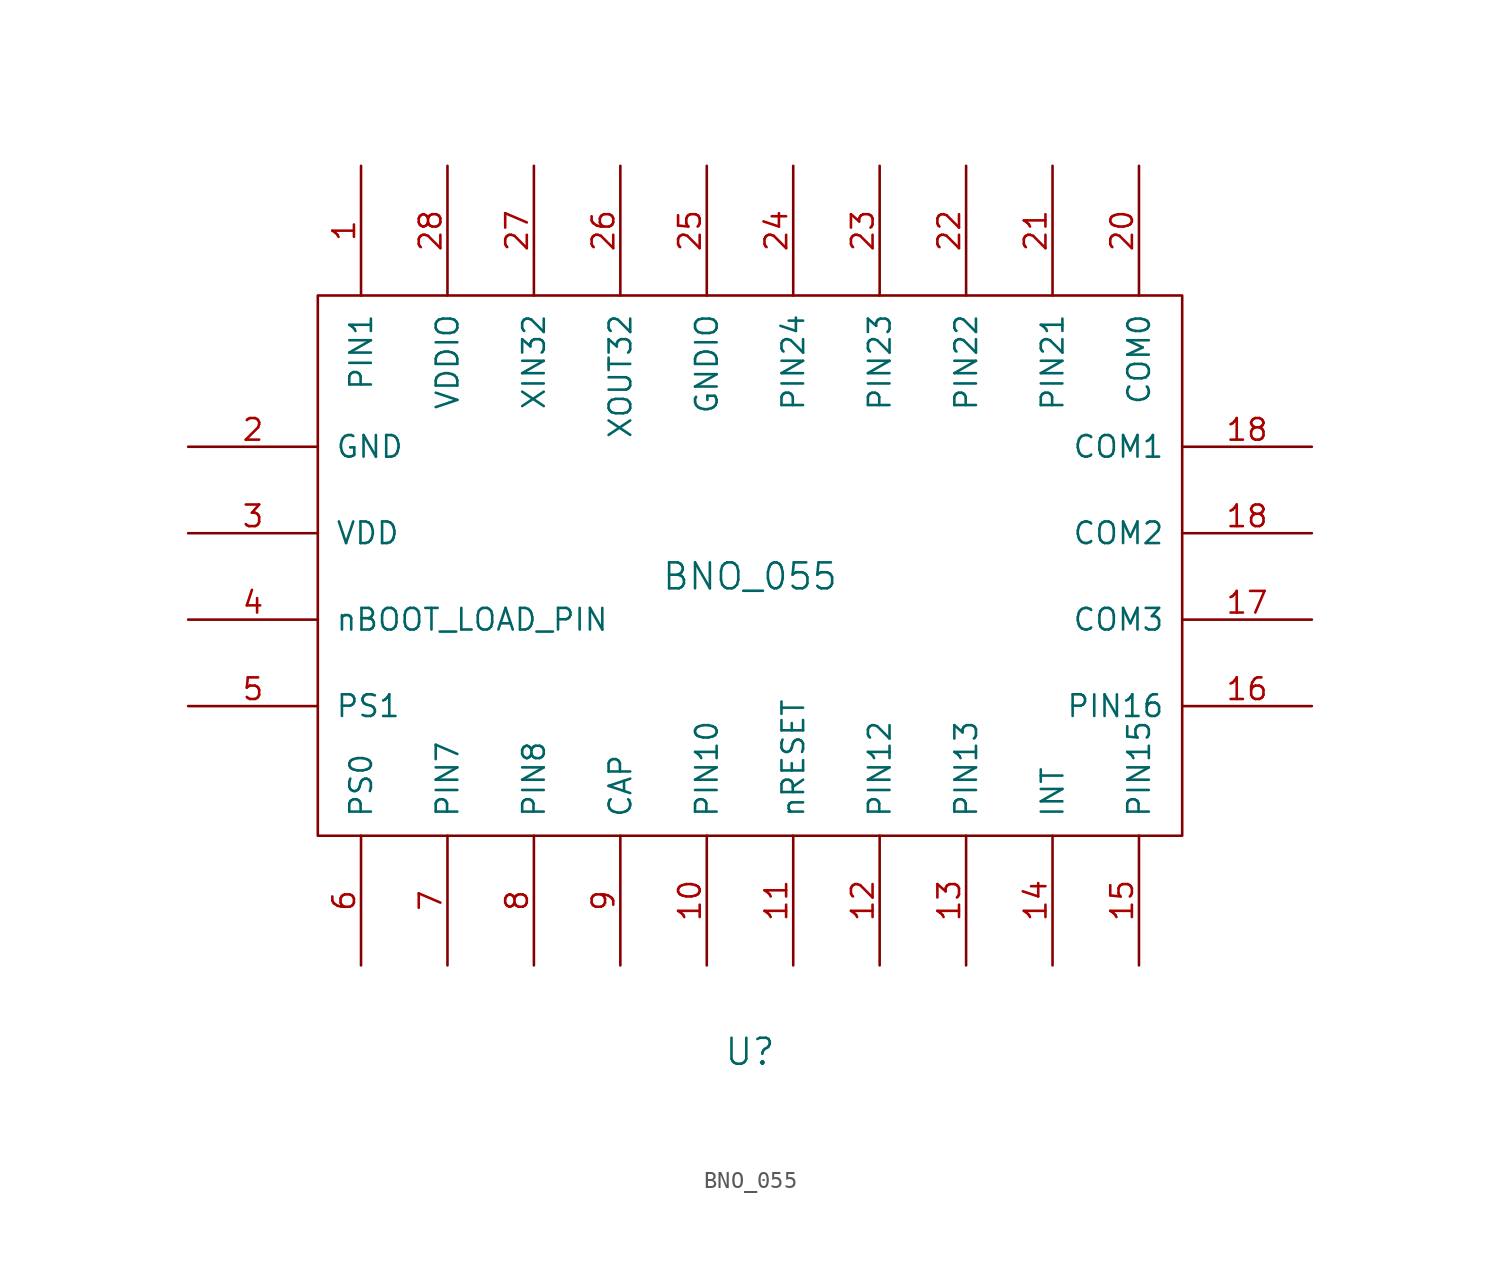
<source format=kicad_sym>
(kicad_symbol_lib
  (version 20211014)
  (generator kicad_symbol_editor)
  (symbol "BNO_055"
    (pin_names
      (offset 1.016))
    (property "Reference" "U"
      (at 0 -27.94 0)
      (effects (font (size 1.524 1.524))))
    (property "Value" "BNO_055"
      (at 0 0 0)
      (effects (font (size 1.524 1.524))))
    (property "Footprint" ""
      (at 0 0 0)
      (effects (font (size 1.524 1.524))))
    (property "Datasheet" ""
      (at 0 0 0)
      (effects (font (size 1.524 1.524))))
    (symbol "BNO_055_0_1"
      (rectangle (start -25.4 16.51) (end 25.4 -15.24) (stroke (width 0) (type default) (color 0 0 0 0)) (fill (type none))))
    (symbol "BNO_055_1_1"
      (pin input line (at -22.86 24.13 270) (length 7.62) (name "PIN1" (effects (font (size 1.27 1.27)))) (number "1" (effects (font (size 1.27 1.27)))))
      (pin input line (at -2.54 -22.86 90) (length 7.62) (name "PIN10" (effects (font (size 1.27 1.27)))) (number "10" (effects (font (size 1.27 1.27)))))
      (pin input line (at 2.54 -22.86 90) (length 7.62) (name "nRESET" (effects (font (size 1.27 1.27)))) (number "11" (effects (font (size 1.27 1.27)))))
      (pin input line (at 7.62 -22.86 90) (length 7.62) (name "PIN12" (effects (font (size 1.27 1.27)))) (number "12" (effects (font (size 1.27 1.27)))))
      (pin input line (at 12.7 -22.86 90) (length 7.62) (name "PIN13" (effects (font (size 1.27 1.27)))) (number "13" (effects (font (size 1.27 1.27)))))
      (pin output line (at 17.78 -22.86 90) (length 7.62) (name "INT" (effects (font (size 1.27 1.27)))) (number "14" (effects (font (size 1.27 1.27)))))
      (pin input line (at 22.86 -22.86 90) (length 7.62) (name "PIN15" (effects (font (size 1.27 1.27)))) (number "15" (effects (font (size 1.27 1.27)))))
      (pin input line (at 33.02 -7.62 180) (length 7.62) (name "PIN16" (effects (font (size 1.27 1.27)))) (number "16" (effects (font (size 1.27 1.27)))))
      (pin output line (at 33.02 -2.54 180) (length 7.62) (name "COM3" (effects (font (size 1.27 1.27)))) (number "17" (effects (font (size 1.27 1.27)))))
      (pin output line (at 33.02 7.62 180) (length 7.62) (name "COM1" (effects (font (size 1.27 1.27)))) (number "18" (effects (font (size 1.27 1.27)))))
      (pin input line (at 33.02 2.54 180) (length 7.62) (name "COM2" (effects (font (size 1.27 1.27)))) (number "18" (effects (font (size 1.27 1.27)))))
      (pin input line (at -33.02 7.62 0) (length 7.62) (name "GND" (effects (font (size 1.27 1.27)))) (number "2" (effects (font (size 1.27 1.27)))))
      (pin output line (at 22.86 24.13 270) (length 7.62) (name "COM0" (effects (font (size 1.27 1.27)))) (number "20" (effects (font (size 1.27 1.27)))))
      (pin input line (at 17.78 24.13 270) (length 7.62) (name "PIN21" (effects (font (size 1.27 1.27)))) (number "21" (effects (font (size 1.27 1.27)))))
      (pin input line (at 12.7 24.13 270) (length 7.62) (name "PIN22" (effects (font (size 1.27 1.27)))) (number "22" (effects (font (size 1.27 1.27)))))
      (pin input line (at 7.62 24.13 270) (length 7.62) (name "PIN23" (effects (font (size 1.27 1.27)))) (number "23" (effects (font (size 1.27 1.27)))))
      (pin input line (at 2.54 24.13 270) (length 7.62) (name "PIN24" (effects (font (size 1.27 1.27)))) (number "24" (effects (font (size 1.27 1.27)))))
      (pin input line (at -2.54 24.13 270) (length 7.62) (name "GNDIO" (effects (font (size 1.27 1.27)))) (number "25" (effects (font (size 1.27 1.27)))))
      (pin output line (at -7.62 24.13 270) (length 7.62) (name "XOUT32" (effects (font (size 1.27 1.27)))) (number "26" (effects (font (size 1.27 1.27)))))
      (pin input line (at -12.7 24.13 270) (length 7.62) (name "XIN32" (effects (font (size 1.27 1.27)))) (number "27" (effects (font (size 1.27 1.27)))))
      (pin input line (at -17.78 24.13 270) (length 7.62) (name "VDDIO" (effects (font (size 1.27 1.27)))) (number "28" (effects (font (size 1.27 1.27)))))
      (pin input line (at -33.02 2.54 0) (length 7.62) (name "VDD" (effects (font (size 1.27 1.27)))) (number "3" (effects (font (size 1.27 1.27)))))
      (pin bidirectional line (at -33.02 -2.54 0) (length 7.62) (name "nBOOT_LOAD_PIN" (effects (font (size 1.27 1.27)))) (number "4" (effects (font (size 1.27 1.27)))))
      (pin input line (at -33.02 -7.62 0) (length 7.62) (name "PS1" (effects (font (size 1.27 1.27)))) (number "5" (effects (font (size 1.27 1.27)))))
      (pin input line (at -22.86 -22.86 90) (length 7.62) (name "PS0" (effects (font (size 1.27 1.27)))) (number "6" (effects (font (size 1.27 1.27)))))
      (pin input line (at -17.78 -22.86 90) (length 7.62) (name "PIN7" (effects (font (size 1.27 1.27)))) (number "7" (effects (font (size 1.27 1.27)))))
      (pin input line (at -12.7 -22.86 90) (length 7.62) (name "PIN8" (effects (font (size 1.27 1.27)))) (number "8" (effects (font (size 1.27 1.27)))))
      (pin input line (at -7.62 -22.86 90) (length 7.62) (name "CAP" (effects (font (size 1.27 1.27)))) (number "9" (effects (font (size 1.27 1.27))))))))
</source>
